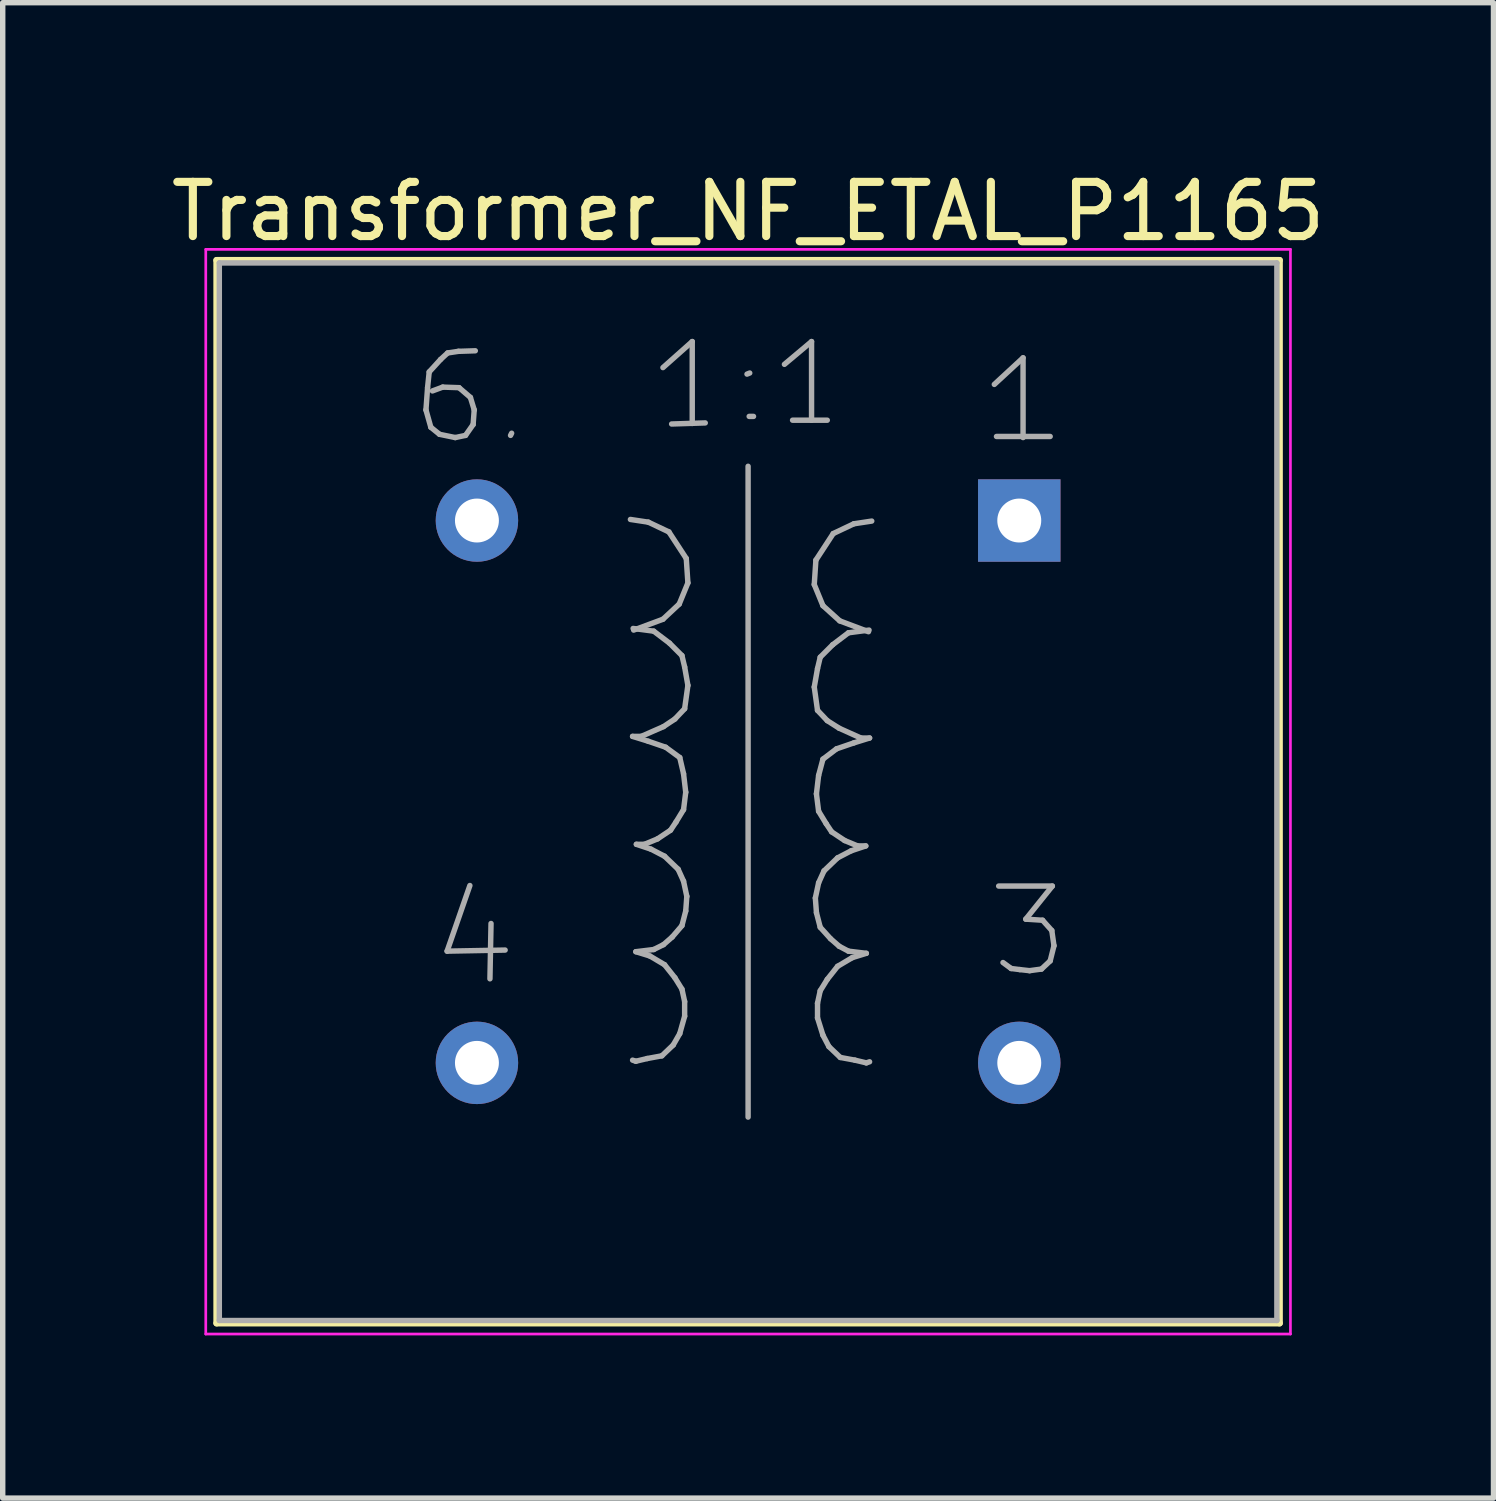
<source format=kicad_pcb>
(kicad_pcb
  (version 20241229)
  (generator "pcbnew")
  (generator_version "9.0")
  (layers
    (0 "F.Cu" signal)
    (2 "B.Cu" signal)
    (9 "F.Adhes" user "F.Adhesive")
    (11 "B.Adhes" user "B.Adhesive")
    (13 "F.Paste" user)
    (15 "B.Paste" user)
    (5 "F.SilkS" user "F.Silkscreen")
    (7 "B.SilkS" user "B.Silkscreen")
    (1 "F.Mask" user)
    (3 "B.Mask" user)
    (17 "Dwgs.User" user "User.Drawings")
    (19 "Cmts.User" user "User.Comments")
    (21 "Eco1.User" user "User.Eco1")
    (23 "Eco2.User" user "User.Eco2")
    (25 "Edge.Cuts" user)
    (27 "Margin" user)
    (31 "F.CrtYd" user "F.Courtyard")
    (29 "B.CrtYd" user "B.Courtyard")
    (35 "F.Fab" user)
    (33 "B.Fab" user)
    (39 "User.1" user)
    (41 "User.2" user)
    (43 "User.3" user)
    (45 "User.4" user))
  (footprint "Transformer_NF_ETAL_P1165"
    (layer "F.Cu")
    (at 15.744 6.548)
    (property "Reference" "Transformer_NF_ETAL_P1165" (at -5 -5.7 0) (layer "F.SilkS") (effects (font (size 1 1) (thickness 0.15))))
    (attr through_hole)
    (fp_line (start -14.8 -4.8) (end 4.8 -4.8) (stroke (width 0.12) (type solid)) (layer "F.SilkS"))
    (fp_line (start -14.8 14.8) (end -14.8 -4.8) (stroke (width 0.12) (type solid)) (layer "F.SilkS"))
    (fp_line (start 4.8 -4.8) (end 4.8 14.8) (stroke (width 0.12) (type solid)) (layer "F.SilkS"))
    (fp_line (start 4.8 14.8) (end -14.8 14.8) (stroke (width 0.12) (type solid)) (layer "F.SilkS"))
    (fp_line (start -15 -5) (end -15 15) (stroke (width 0.05) (type solid)) (layer "F.CrtYd"))
    (fp_line (start -15 -5) (end 5 -5) (stroke (width 0.05) (type solid)) (layer "F.CrtYd"))
    (fp_line (start 5 15) (end -15 15) (stroke (width 0.05) (type solid)) (layer "F.CrtYd"))
    (fp_line (start 5 15) (end 5 -5) (stroke (width 0.05) (type solid)) (layer "F.CrtYd"))
    (fp_line (start -14.75 -4.75) (end -14.75 14.75) (stroke (width 0.1) (type solid)) (layer "F.Fab"))
    (fp_line (start -14.75 14.75) (end 4.75 14.75) (stroke (width 0.1) (type solid)) (layer "F.Fab"))
    (fp_line (start -10.94 -2.04) (end -10.85 -1.72) (stroke (width 0.1) (type solid)) (layer "F.Fab"))
    (fp_line (start -10.91 -2.45) (end -10.94 -2.04) (stroke (width 0.1) (type solid)) (layer "F.Fab"))
    (fp_line (start -10.88 -2.74) (end -10.91 -2.45) (stroke (width 0.1) (type solid)) (layer "F.Fab"))
    (fp_line (start -10.85 -1.72) (end -10.69 -1.59) (stroke (width 0.1) (type solid)) (layer "F.Fab"))
    (fp_line (start -10.69 -1.59) (end -10.4 -1.53) (stroke (width 0.1) (type solid)) (layer "F.Fab"))
    (fp_line (start -10.67 -2.97) (end -10.88 -2.74) (stroke (width 0.1) (type solid)) (layer "F.Fab"))
    (fp_line (start -10.63 -2.46) (end -10.82 -2.39) (stroke (width 0.1) (type solid)) (layer "F.Fab"))
    (fp_line (start -10.55 7.94) (end -9.48 7.92) (stroke (width 0.1) (type solid)) (layer "F.Fab"))
    (fp_line (start -10.54 -3.09) (end -10.67 -2.97) (stroke (width 0.1) (type solid)) (layer "F.Fab"))
    (fp_line (start -10.4 -1.53) (end -10.21 -1.57) (stroke (width 0.1) (type solid)) (layer "F.Fab"))
    (fp_line (start -10.34 -3.12) (end -10.54 -3.09) (stroke (width 0.1) (type solid)) (layer "F.Fab"))
    (fp_line (start -10.33 -2.45) (end -10.63 -2.46) (stroke (width 0.1) (type solid)) (layer "F.Fab"))
    (fp_line (start -10.21 -1.57) (end -10.07 -1.77) (stroke (width 0.1) (type solid)) (layer "F.Fab"))
    (fp_line (start -10.13 6.73) (end -10.55 7.94) (stroke (width 0.1) (type solid)) (layer "F.Fab"))
    (fp_line (start -10.12 -2.27) (end -10.33 -2.45) (stroke (width 0.1) (type solid)) (layer "F.Fab"))
    (fp_line (start -10.07 -1.77) (end -10.05 -2.04) (stroke (width 0.1) (type solid)) (layer "F.Fab"))
    (fp_line (start -10.05 -2.04) (end -10.12 -2.27) (stroke (width 0.1) (type solid)) (layer "F.Fab"))
    (fp_line (start -10.03 -3.13) (end -10.34 -3.12) (stroke (width 0.1) (type solid)) (layer "F.Fab"))
    (fp_line (start -9.74 7.43) (end -9.76 8.45) (stroke (width 0.1) (type solid)) (layer "F.Fab"))
    (fp_line (start -9.38 -1.57) (end -9.36 -1.61) (stroke (width 0.1) (type solid)) (layer "F.Fab"))
    (fp_line (start -7.17 -0.02) (end -6.84 0.03) (stroke (width 0.1) (type solid)) (layer "F.Fab"))
    (fp_line (start -7.13 3.98) (end -6.84 4.07) (stroke (width 0.1) (type solid)) (layer "F.Fab"))
    (fp_line (start -7.12 1.99) (end -6.74 2.04) (stroke (width 0.1) (type solid)) (layer "F.Fab"))
    (fp_line (start -7.07 7.95) (end -6.81 8.03) (stroke (width 0.1) (type solid)) (layer "F.Fab"))
    (fp_line (start -7.07 9.97) (end -7.13 9.95) (stroke (width 0.1) (type solid)) (layer "F.Fab"))
    (fp_line (start -7.06 5.97) (end -6.79 6.06) (stroke (width 0.1) (type solid)) (layer "F.Fab"))
    (fp_line (start -6.97 3.98) (end -7.13 3.98) (stroke (width 0.1) (type solid)) (layer "F.Fab"))
    (fp_line (start -6.91 5.97) (end -7.06 5.97) (stroke (width 0.1) (type solid)) (layer "F.Fab"))
    (fp_line (start -6.86 9.92) (end -7.07 9.97) (stroke (width 0.1) (type solid)) (layer "F.Fab"))
    (fp_line (start -6.84 0.03) (end -6.46 0.21) (stroke (width 0.1) (type solid)) (layer "F.Fab"))
    (fp_line (start -6.84 4.07) (end -6.52 4.18) (stroke (width 0.1) (type solid)) (layer "F.Fab"))
    (fp_line (start -6.81 8.03) (end -6.54 8.19) (stroke (width 0.1) (type solid)) (layer "F.Fab"))
    (fp_line (start -6.79 6.06) (end -6.54 6.19) (stroke (width 0.1) (type solid)) (layer "F.Fab"))
    (fp_line (start -6.74 2.04) (end -6.45 2.26) (stroke (width 0.1) (type solid)) (layer "F.Fab"))
    (fp_line (start -6.74 7.91) (end -7.07 7.95) (stroke (width 0.1) (type solid)) (layer "F.Fab"))
    (fp_line (start -6.67 5.87) (end -6.91 5.97) (stroke (width 0.1) (type solid)) (layer "F.Fab"))
    (fp_line (start -6.59 9.87) (end -6.86 9.92) (stroke (width 0.1) (type solid)) (layer "F.Fab"))
    (fp_line (start -6.57 -2.82) (end -6.03 -3.3) (stroke (width 0.1) (type solid)) (layer "F.Fab"))
    (fp_line (start -6.57 1.82) (end -7.11 2.02) (stroke (width 0.1) (type solid)) (layer "F.Fab"))
    (fp_line (start -6.56 3.8) (end -6.97 3.98) (stroke (width 0.1) (type solid)) (layer "F.Fab"))
    (fp_line (start -6.56 7.82) (end -6.74 7.91) (stroke (width 0.1) (type solid)) (layer "F.Fab"))
    (fp_line (start -6.54 6.19) (end -6.29 6.43) (stroke (width 0.1) (type solid)) (layer "F.Fab"))
    (fp_line (start -6.54 8.19) (end -6.35 8.43) (stroke (width 0.1) (type solid)) (layer "F.Fab"))
    (fp_line (start -6.52 4.18) (end -6.26 4.37) (stroke (width 0.1) (type solid)) (layer "F.Fab"))
    (fp_line (start -6.46 0.21) (end -6.14 0.7) (stroke (width 0.1) (type solid)) (layer "F.Fab"))
    (fp_line (start -6.45 2.26) (end -6.22 2.49) (stroke (width 0.1) (type solid)) (layer "F.Fab"))
    (fp_line (start -6.43 5.71) (end -6.67 5.87) (stroke (width 0.1) (type solid)) (layer "F.Fab"))
    (fp_line (start -6.41 -1.78) (end -5.79 -1.8) (stroke (width 0.1) (type solid)) (layer "F.Fab"))
    (fp_line (start -6.4 7.68) (end -6.56 7.82) (stroke (width 0.1) (type solid)) (layer "F.Fab"))
    (fp_line (start -6.38 9.67) (end -6.59 9.87) (stroke (width 0.1) (type solid)) (layer "F.Fab"))
    (fp_line (start -6.35 3.66) (end -6.56 3.8) (stroke (width 0.1) (type solid)) (layer "F.Fab"))
    (fp_line (start -6.35 8.43) (end -6.22 8.64) (stroke (width 0.1) (type solid)) (layer "F.Fab"))
    (fp_line (start -6.33 5.56) (end -6.43 5.71) (stroke (width 0.1) (type solid)) (layer "F.Fab"))
    (fp_line (start -6.29 6.43) (end -6.19 6.65) (stroke (width 0.1) (type solid)) (layer "F.Fab"))
    (fp_line (start -6.27 1.54) (end -6.57 1.82) (stroke (width 0.1) (type solid)) (layer "F.Fab"))
    (fp_line (start -6.26 4.37) (end -6.19 4.67) (stroke (width 0.1) (type solid)) (layer "F.Fab"))
    (fp_line (start -6.26 9.46) (end -6.38 9.67) (stroke (width 0.1) (type solid)) (layer "F.Fab"))
    (fp_line (start -6.22 2.49) (end -6.17 2.7) (stroke (width 0.1) (type solid)) (layer "F.Fab"))
    (fp_line (start -6.22 7.47) (end -6.4 7.68) (stroke (width 0.1) (type solid)) (layer "F.Fab"))
    (fp_line (start -6.22 8.64) (end -6.17 8.87) (stroke (width 0.1) (type solid)) (layer "F.Fab"))
    (fp_line (start -6.19 4.67) (end -6.15 5.01) (stroke (width 0.1) (type solid)) (layer "F.Fab"))
    (fp_line (start -6.19 5.33) (end -6.33 5.56) (stroke (width 0.1) (type solid)) (layer "F.Fab"))
    (fp_line (start -6.19 6.65) (end -6.13 6.93) (stroke (width 0.1) (type solid)) (layer "F.Fab"))
    (fp_line (start -6.17 2.7) (end -6.11 3.04) (stroke (width 0.1) (type solid)) (layer "F.Fab"))
    (fp_line (start -6.17 3.47) (end -6.35 3.66) (stroke (width 0.1) (type solid)) (layer "F.Fab"))
    (fp_line (start -6.17 8.87) (end -6.17 9.14) (stroke (width 0.1) (type solid)) (layer "F.Fab"))
    (fp_line (start -6.17 9.14) (end -6.26 9.46) (stroke (width 0.1) (type solid)) (layer "F.Fab"))
    (fp_line (start -6.15 5.01) (end -6.19 5.33) (stroke (width 0.1) (type solid)) (layer "F.Fab"))
    (fp_line (start -6.15 7.2) (end -6.22 7.47) (stroke (width 0.1) (type solid)) (layer "F.Fab"))
    (fp_line (start -6.14 0.7) (end -6.11 1.15) (stroke (width 0.1) (type solid)) (layer "F.Fab"))
    (fp_line (start -6.13 6.93) (end -6.15 7.2) (stroke (width 0.1) (type solid)) (layer "F.Fab"))
    (fp_line (start -6.11 1.15) (end -6.27 1.54) (stroke (width 0.1) (type solid)) (layer "F.Fab"))
    (fp_line (start -6.11 3.04) (end -6.17 3.47) (stroke (width 0.1) (type solid)) (layer "F.Fab"))
    (fp_line (start -6.03 -3.3) (end -6.03 -1.79) (stroke (width 0.1) (type solid)) (layer "F.Fab"))
    (fp_line (start -5 -1) (end -5 11) (stroke (width 0.1) (type solid)) (layer "F.Fab"))
    (fp_line (start -4.97 -2.72) (end -5.02 -2.7) (stroke (width 0.1) (type solid)) (layer "F.Fab"))
    (fp_line (start -4.9 -1.92) (end -4.98 -1.92) (stroke (width 0.1) (type solid)) (layer "F.Fab"))
    (fp_line (start -4.33 -2.88) (end -3.83 -3.3) (stroke (width 0.1) (type solid)) (layer "F.Fab"))
    (fp_line (start -4.18 -1.85) (end -3.54 -1.85) (stroke (width 0.1) (type solid)) (layer "F.Fab"))
    (fp_line (start -3.83 -3.3) (end -3.83 -1.85) (stroke (width 0.1) (type solid)) (layer "F.Fab"))
    (fp_line (start -3.78 1.18) (end -3.62 1.57) (stroke (width 0.1) (type solid)) (layer "F.Fab"))
    (fp_line (start -3.78 3.07) (end -3.72 3.5) (stroke (width 0.1) (type solid)) (layer "F.Fab"))
    (fp_line (start -3.76 6.96) (end -3.74 7.23) (stroke (width 0.1) (type solid)) (layer "F.Fab"))
    (fp_line (start -3.75 0.73) (end -3.78 1.18) (stroke (width 0.1) (type solid)) (layer "F.Fab"))
    (fp_line (start -3.74 5.04) (end -3.7 5.36) (stroke (width 0.1) (type solid)) (layer "F.Fab"))
    (fp_line (start -3.74 7.23) (end -3.67 7.5) (stroke (width 0.1) (type solid)) (layer "F.Fab"))
    (fp_line (start -3.72 2.73) (end -3.78 3.07) (stroke (width 0.1) (type solid)) (layer "F.Fab"))
    (fp_line (start -3.72 3.5) (end -3.54 3.69) (stroke (width 0.1) (type solid)) (layer "F.Fab"))
    (fp_line (start -3.72 8.9) (end -3.72 9.17) (stroke (width 0.1) (type solid)) (layer "F.Fab"))
    (fp_line (start -3.72 9.17) (end -3.62 9.49) (stroke (width 0.1) (type solid)) (layer "F.Fab"))
    (fp_line (start -3.7 4.7) (end -3.74 5.04) (stroke (width 0.1) (type solid)) (layer "F.Fab"))
    (fp_line (start -3.7 5.36) (end -3.56 5.59) (stroke (width 0.1) (type solid)) (layer "F.Fab"))
    (fp_line (start -3.7 6.68) (end -3.76 6.96) (stroke (width 0.1) (type solid)) (layer "F.Fab"))
    (fp_line (start -3.67 2.52) (end -3.72 2.73) (stroke (width 0.1) (type solid)) (layer "F.Fab"))
    (fp_line (start -3.67 7.5) (end -3.48 7.71) (stroke (width 0.1) (type solid)) (layer "F.Fab"))
    (fp_line (start -3.67 8.67) (end -3.72 8.9) (stroke (width 0.1) (type solid)) (layer "F.Fab"))
    (fp_line (start -3.62 1.57) (end -3.31 1.85) (stroke (width 0.1) (type solid)) (layer "F.Fab"))
    (fp_line (start -3.62 4.4) (end -3.7 4.7) (stroke (width 0.1) (type solid)) (layer "F.Fab"))
    (fp_line (start -3.62 9.49) (end -3.51 9.7) (stroke (width 0.1) (type solid)) (layer "F.Fab"))
    (fp_line (start -3.6 6.46) (end -3.7 6.68) (stroke (width 0.1) (type solid)) (layer "F.Fab"))
    (fp_line (start -3.56 5.59) (end -3.46 5.74) (stroke (width 0.1) (type solid)) (layer "F.Fab"))
    (fp_line (start -3.54 3.69) (end -3.32 3.83) (stroke (width 0.1) (type solid)) (layer "F.Fab"))
    (fp_line (start -3.54 8.46) (end -3.67 8.67) (stroke (width 0.1) (type solid)) (layer "F.Fab"))
    (fp_line (start -3.51 9.7) (end -3.3 9.9) (stroke (width 0.1) (type solid)) (layer "F.Fab"))
    (fp_line (start -3.48 7.71) (end -3.32 7.85) (stroke (width 0.1) (type solid)) (layer "F.Fab"))
    (fp_line (start -3.46 5.74) (end -3.22 5.9) (stroke (width 0.1) (type solid)) (layer "F.Fab"))
    (fp_line (start -3.44 2.29) (end -3.67 2.52) (stroke (width 0.1) (type solid)) (layer "F.Fab"))
    (fp_line (start -3.43 0.24) (end -3.75 0.73) (stroke (width 0.1) (type solid)) (layer "F.Fab"))
    (fp_line (start -3.37 4.21) (end -3.62 4.4) (stroke (width 0.1) (type solid)) (layer "F.Fab"))
    (fp_line (start -3.35 6.22) (end -3.6 6.46) (stroke (width 0.1) (type solid)) (layer "F.Fab"))
    (fp_line (start -3.35 8.22) (end -3.54 8.46) (stroke (width 0.1) (type solid)) (layer "F.Fab"))
    (fp_line (start -3.32 3.83) (end -2.92 4.01) (stroke (width 0.1) (type solid)) (layer "F.Fab"))
    (fp_line (start -3.32 7.85) (end -3.15 7.94) (stroke (width 0.1) (type solid)) (layer "F.Fab"))
    (fp_line (start -3.31 1.85) (end -2.78 2.05) (stroke (width 0.1) (type solid)) (layer "F.Fab"))
    (fp_line (start -3.3 9.9) (end -3.03 9.95) (stroke (width 0.1) (type solid)) (layer "F.Fab"))
    (fp_line (start -3.22 5.9) (end -2.98 6) (stroke (width 0.1) (type solid)) (layer "F.Fab"))
    (fp_line (start -3.15 2.07) (end -3.44 2.29) (stroke (width 0.1) (type solid)) (layer "F.Fab"))
    (fp_line (start -3.15 7.94) (end -2.82 7.98) (stroke (width 0.1) (type solid)) (layer "F.Fab"))
    (fp_line (start -3.1 6.09) (end -3.35 6.22) (stroke (width 0.1) (type solid)) (layer "F.Fab"))
    (fp_line (start -3.08 8.06) (end -3.35 8.22) (stroke (width 0.1) (type solid)) (layer "F.Fab"))
    (fp_line (start -3.05 0.06) (end -3.43 0.24) (stroke (width 0.1) (type solid)) (layer "F.Fab"))
    (fp_line (start -3.05 4.1) (end -3.37 4.21) (stroke (width 0.1) (type solid)) (layer "F.Fab"))
    (fp_line (start -3.03 9.95) (end -2.82 10) (stroke (width 0.1) (type solid)) (layer "F.Fab"))
    (fp_line (start -2.98 6) (end -2.83 6) (stroke (width 0.1) (type solid)) (layer "F.Fab"))
    (fp_line (start -2.92 4.01) (end -2.76 4.01) (stroke (width 0.1) (type solid)) (layer "F.Fab"))
    (fp_line (start -2.83 6) (end -3.1 6.09) (stroke (width 0.1) (type solid)) (layer "F.Fab"))
    (fp_line (start -2.82 7.98) (end -3.08 8.06) (stroke (width 0.1) (type solid)) (layer "F.Fab"))
    (fp_line (start -2.82 10) (end -2.76 9.98) (stroke (width 0.1) (type solid)) (layer "F.Fab"))
    (fp_line (start -2.77 2.02) (end -3.15 2.07) (stroke (width 0.1) (type solid)) (layer "F.Fab"))
    (fp_line (start -2.76 4.01) (end -3.05 4.1) (stroke (width 0.1) (type solid)) (layer "F.Fab"))
    (fp_line (start -2.72 0.01) (end -3.05 0.06) (stroke (width 0.1) (type solid)) (layer "F.Fab"))
    (fp_line (start -0.46 -2.51) (end 0.07 -3) (stroke (width 0.1) (type solid)) (layer "F.Fab"))
    (fp_line (start -0.42 -1.55) (end 0.57 -1.55) (stroke (width 0.1) (type solid)) (layer "F.Fab"))
    (fp_line (start -0.38 6.74) (end 0.61 6.74) (stroke (width 0.1) (type solid)) (layer "F.Fab"))
    (fp_line (start -0.15 8.26) (end -0.3 8.15) (stroke (width 0.1) (type solid)) (layer "F.Fab"))
    (fp_line (start 0.01 8.28) (end -0.15 8.26) (stroke (width 0.1) (type solid)) (layer "F.Fab"))
    (fp_line (start 0.07 -3) (end 0.07 -1.53) (stroke (width 0.1) (type solid)) (layer "F.Fab"))
    (fp_line (start 0.12 7.35) (end 0.43 7.37) (stroke (width 0.1) (type solid)) (layer "F.Fab"))
    (fp_line (start 0.19 8.3) (end 0.01 8.28) (stroke (width 0.1) (type solid)) (layer "F.Fab"))
    (fp_line (start 0.41 8.27) (end 0.19 8.3) (stroke (width 0.1) (type solid)) (layer "F.Fab"))
    (fp_line (start 0.43 7.37) (end 0.6 7.56) (stroke (width 0.1) (type solid)) (layer "F.Fab"))
    (fp_line (start 0.57 8.12) (end 0.41 8.27) (stroke (width 0.1) (type solid)) (layer "F.Fab"))
    (fp_line (start 0.6 7.56) (end 0.64 7.84) (stroke (width 0.1) (type solid)) (layer "F.Fab"))
    (fp_line (start 0.61 6.74) (end 0.12 7.35) (stroke (width 0.1) (type solid)) (layer "F.Fab"))
    (fp_line (start 0.64 7.84) (end 0.57 8.12) (stroke (width 0.1) (type solid)) (layer "F.Fab"))
    (fp_line (start 4.75 -4.75) (end -14.75 -4.75) (stroke (width 0.1) (type solid)) (layer "F.Fab"))
    (fp_line (start 4.75 14.75) (end 4.75 -4.75) (stroke (width 0.1) (type solid)) (layer "F.Fab"))
    (pad "1" thru_hole rect (at 0 0) (size 1.52 1.52) (drill 0.81) (layers "*.Cu" "*.Mask"))
    (pad "3" thru_hole circle (at 0 10) (size 1.52 1.52) (drill 0.81) (layers "*.Cu" "*.Mask"))
    (pad "4" thru_hole circle (at -10 10) (size 1.52 1.52) (drill 0.81) (layers "*.Cu" "*.Mask"))
    (pad "6" thru_hole circle (at -10 0) (size 1.52 1.52) (drill 0.81) (layers "*.Cu" "*.Mask")))
  (gr_rect
    (start -3 -3)
    (end 24.488 24.573)
    (stroke (width 0.1) (type default))
    (fill no)
    (layer "Edge.Cuts")))
</source>
